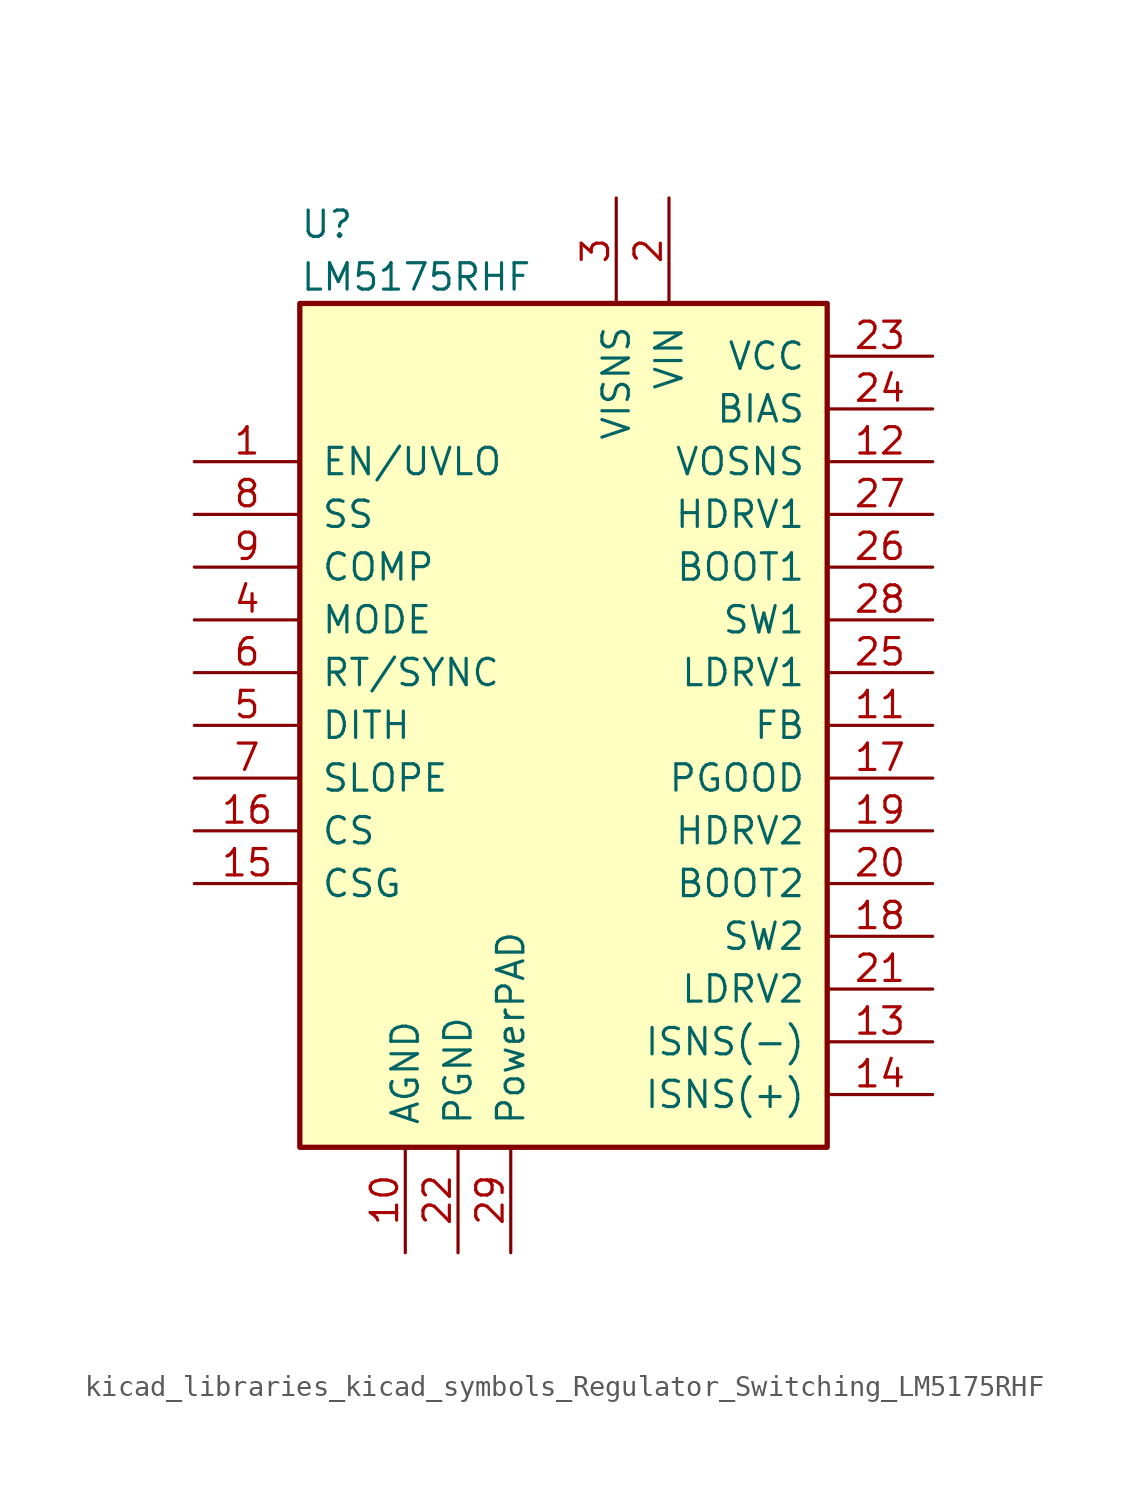
<source format=kicad_sym>
(kicad_symbol_lib
  (version 20220914)
  (generator kicad_symbol_editor)
  (symbol "kicad_libraries_kicad_symbols_Regulator_Switching_LM5175RHF"
    (pin_names
      (offset 1.016))
    (property "Reference" "U"
      (at -12.7 24.13 0)
      (effects (font (size 1.27 1.27)) (justify left)))
    (property "Value" "LM5175RHF"
      (at -12.7 21.59 0)
      (effects (font (size 1.27 1.27)) (justify left)))
    (symbol "kicad_libraries_kicad_symbols_Regulator_Switching_LM5175RHF_0_1"
      (rectangle (start -12.7 20.32) (end 12.7 -20.32) (stroke (width 0.254) (type default)) (fill (type background))))
    (symbol "kicad_libraries_kicad_symbols_Regulator_Switching_LM5175RHF_1_1"
      (pin input line (at -17.78 12.7 0) (length 5.08) (name "EN/UVLO" (effects (font (size 1.27 1.27)))) (number "1" (effects (font (size 1.27 1.27)))))
      (pin power_in line (at -7.62 -25.4 90) (length 5.08) (name "AGND" (effects (font (size 1.27 1.27)))) (number "10" (effects (font (size 1.27 1.27)))))
      (pin input line (at 17.78 0 180) (length 5.08) (name "FB" (effects (font (size 1.27 1.27)))) (number "11" (effects (font (size 1.27 1.27)))))
      (pin output line (at 17.78 12.7 180) (length 5.08) (name "VOSNS" (effects (font (size 1.27 1.27)))) (number "12" (effects (font (size 1.27 1.27)))))
      (pin input line (at 17.78 -15.24 180) (length 5.08) (name "ISNS(-)" (effects (font (size 1.27 1.27)))) (number "13" (effects (font (size 1.27 1.27)))))
      (pin input line (at 17.78 -17.78 180) (length 5.08) (name "ISNS(+)" (effects (font (size 1.27 1.27)))) (number "14" (effects (font (size 1.27 1.27)))))
      (pin input line (at -17.78 -7.62 0) (length 5.08) (name "CSG" (effects (font (size 1.27 1.27)))) (number "15" (effects (font (size 1.27 1.27)))))
      (pin input line (at -17.78 -5.08 0) (length 5.08) (name "CS" (effects (font (size 1.27 1.27)))) (number "16" (effects (font (size 1.27 1.27)))))
      (pin output line (at 17.78 -2.54 180) (length 5.08) (name "PGOOD" (effects (font (size 1.27 1.27)))) (number "17" (effects (font (size 1.27 1.27)))))
      (pin output line (at 17.78 -10.16 180) (length 5.08) (name "SW2" (effects (font (size 1.27 1.27)))) (number "18" (effects (font (size 1.27 1.27)))))
      (pin output line (at 17.78 -5.08 180) (length 5.08) (name "HDRV2" (effects (font (size 1.27 1.27)))) (number "19" (effects (font (size 1.27 1.27)))))
      (pin power_in line (at 5.08 25.4 270) (length 5.08) (name "VIN" (effects (font (size 1.27 1.27)))) (number "2" (effects (font (size 1.27 1.27)))))
      (pin passive line (at 17.78 -7.62 180) (length 5.08) (name "BOOT2" (effects (font (size 1.27 1.27)))) (number "20" (effects (font (size 1.27 1.27)))))
      (pin output line (at 17.78 -12.7 180) (length 5.08) (name "LDRV2" (effects (font (size 1.27 1.27)))) (number "21" (effects (font (size 1.27 1.27)))))
      (pin power_in line (at -5.08 -25.4 90) (length 5.08) (name "PGND" (effects (font (size 1.27 1.27)))) (number "22" (effects (font (size 1.27 1.27)))))
      (pin power_in line (at 17.78 17.78 180) (length 5.08) (name "VCC" (effects (font (size 1.27 1.27)))) (number "23" (effects (font (size 1.27 1.27)))))
      (pin input line (at 17.78 15.24 180) (length 5.08) (name "BIAS" (effects (font (size 1.27 1.27)))) (number "24" (effects (font (size 1.27 1.27)))))
      (pin output line (at 17.78 2.54 180) (length 5.08) (name "LDRV1" (effects (font (size 1.27 1.27)))) (number "25" (effects (font (size 1.27 1.27)))))
      (pin passive line (at 17.78 7.62 180) (length 5.08) (name "BOOT1" (effects (font (size 1.27 1.27)))) (number "26" (effects (font (size 1.27 1.27)))))
      (pin output line (at 17.78 10.16 180) (length 5.08) (name "HDRV1" (effects (font (size 1.27 1.27)))) (number "27" (effects (font (size 1.27 1.27)))))
      (pin output line (at 17.78 5.08 180) (length 5.08) (name "SW1" (effects (font (size 1.27 1.27)))) (number "28" (effects (font (size 1.27 1.27)))))
      (pin input line (at -2.54 -25.4 90) (length 5.08) (name "PowerPAD" (effects (font (size 1.27 1.27)))) (number "29" (effects (font (size 1.27 1.27)))))
      (pin input line (at 2.54 25.4 270) (length 5.08) (name "VISNS" (effects (font (size 1.27 1.27)))) (number "3" (effects (font (size 1.27 1.27)))))
      (pin input line (at -17.78 5.08 0) (length 5.08) (name "MODE" (effects (font (size 1.27 1.27)))) (number "4" (effects (font (size 1.27 1.27)))))
      (pin passive line (at -17.78 0 0) (length 5.08) (name "DITH" (effects (font (size 1.27 1.27)))) (number "5" (effects (font (size 1.27 1.27)))))
      (pin input line (at -17.78 2.54 0) (length 5.08) (name "RT/SYNC" (effects (font (size 1.27 1.27)))) (number "6" (effects (font (size 1.27 1.27)))))
      (pin passive line (at -17.78 -2.54 0) (length 5.08) (name "SLOPE" (effects (font (size 1.27 1.27)))) (number "7" (effects (font (size 1.27 1.27)))))
      (pin passive line (at -17.78 10.16 0) (length 5.08) (name "SS" (effects (font (size 1.27 1.27)))) (number "8" (effects (font (size 1.27 1.27)))))
      (pin passive line (at -17.78 7.62 0) (length 5.08) (name "COMP" (effects (font (size 1.27 1.27)))) (number "9" (effects (font (size 1.27 1.27))))))))
</source>
